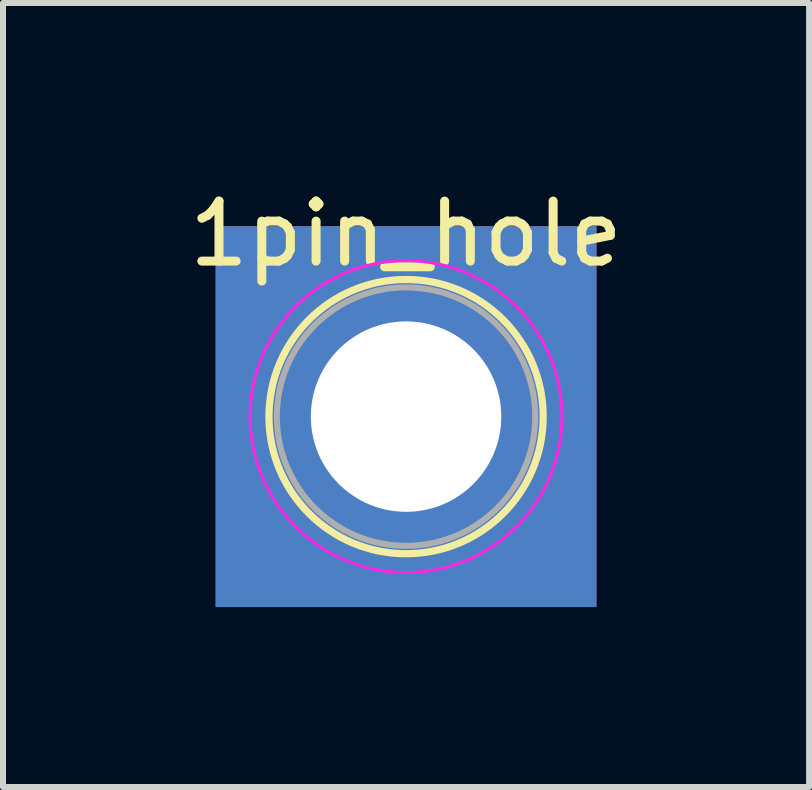
<source format=kicad_pcb>
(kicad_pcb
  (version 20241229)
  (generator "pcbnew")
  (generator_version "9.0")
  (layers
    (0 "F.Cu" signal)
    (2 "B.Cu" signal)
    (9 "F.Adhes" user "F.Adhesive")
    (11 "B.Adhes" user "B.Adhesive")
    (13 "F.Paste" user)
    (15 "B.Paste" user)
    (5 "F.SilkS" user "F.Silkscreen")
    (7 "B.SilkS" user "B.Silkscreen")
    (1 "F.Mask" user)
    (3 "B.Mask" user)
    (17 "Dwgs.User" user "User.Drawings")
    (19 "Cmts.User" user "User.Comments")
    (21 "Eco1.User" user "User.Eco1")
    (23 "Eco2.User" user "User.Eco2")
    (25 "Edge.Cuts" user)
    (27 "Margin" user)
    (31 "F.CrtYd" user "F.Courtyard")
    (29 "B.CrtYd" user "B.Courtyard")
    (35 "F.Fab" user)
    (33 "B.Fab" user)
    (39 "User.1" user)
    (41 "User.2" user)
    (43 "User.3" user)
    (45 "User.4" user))
  (footprint "1pin_hole"
    (layer "F.Cu")
    (at 3.72 3.896)
    (property "Reference" "1pin_hole" (at 0 -3.048 0) (layer "F.SilkS") (effects (font (size 1 1) (thickness 0.15))))
    (attr through_hole)
    (fp_circle (center 0 0) (end 0 -2.286) (stroke (width 0.12) (type solid)) (fill no) (layer "F.SilkS"))
    (fp_circle (center 0 0) (end 2.6 0) (stroke (width 0.05) (type solid)) (fill no) (layer "F.CrtYd"))
    (fp_circle (center 0 0) (end 2 0.8) (stroke (width 0.1) (type solid)) (fill no) (layer "F.Fab"))
    (pad "" thru_hole rect (at 0 0) (size 6.35 6.35) (drill 3.175) (layers "*.Cu" "*.Mask")))
  (gr_rect
    (start -3 -3)
    (end 10.44 10.071)
    (stroke (width 0.1) (type default))
    (fill no)
    (layer "Edge.Cuts")))
</source>
